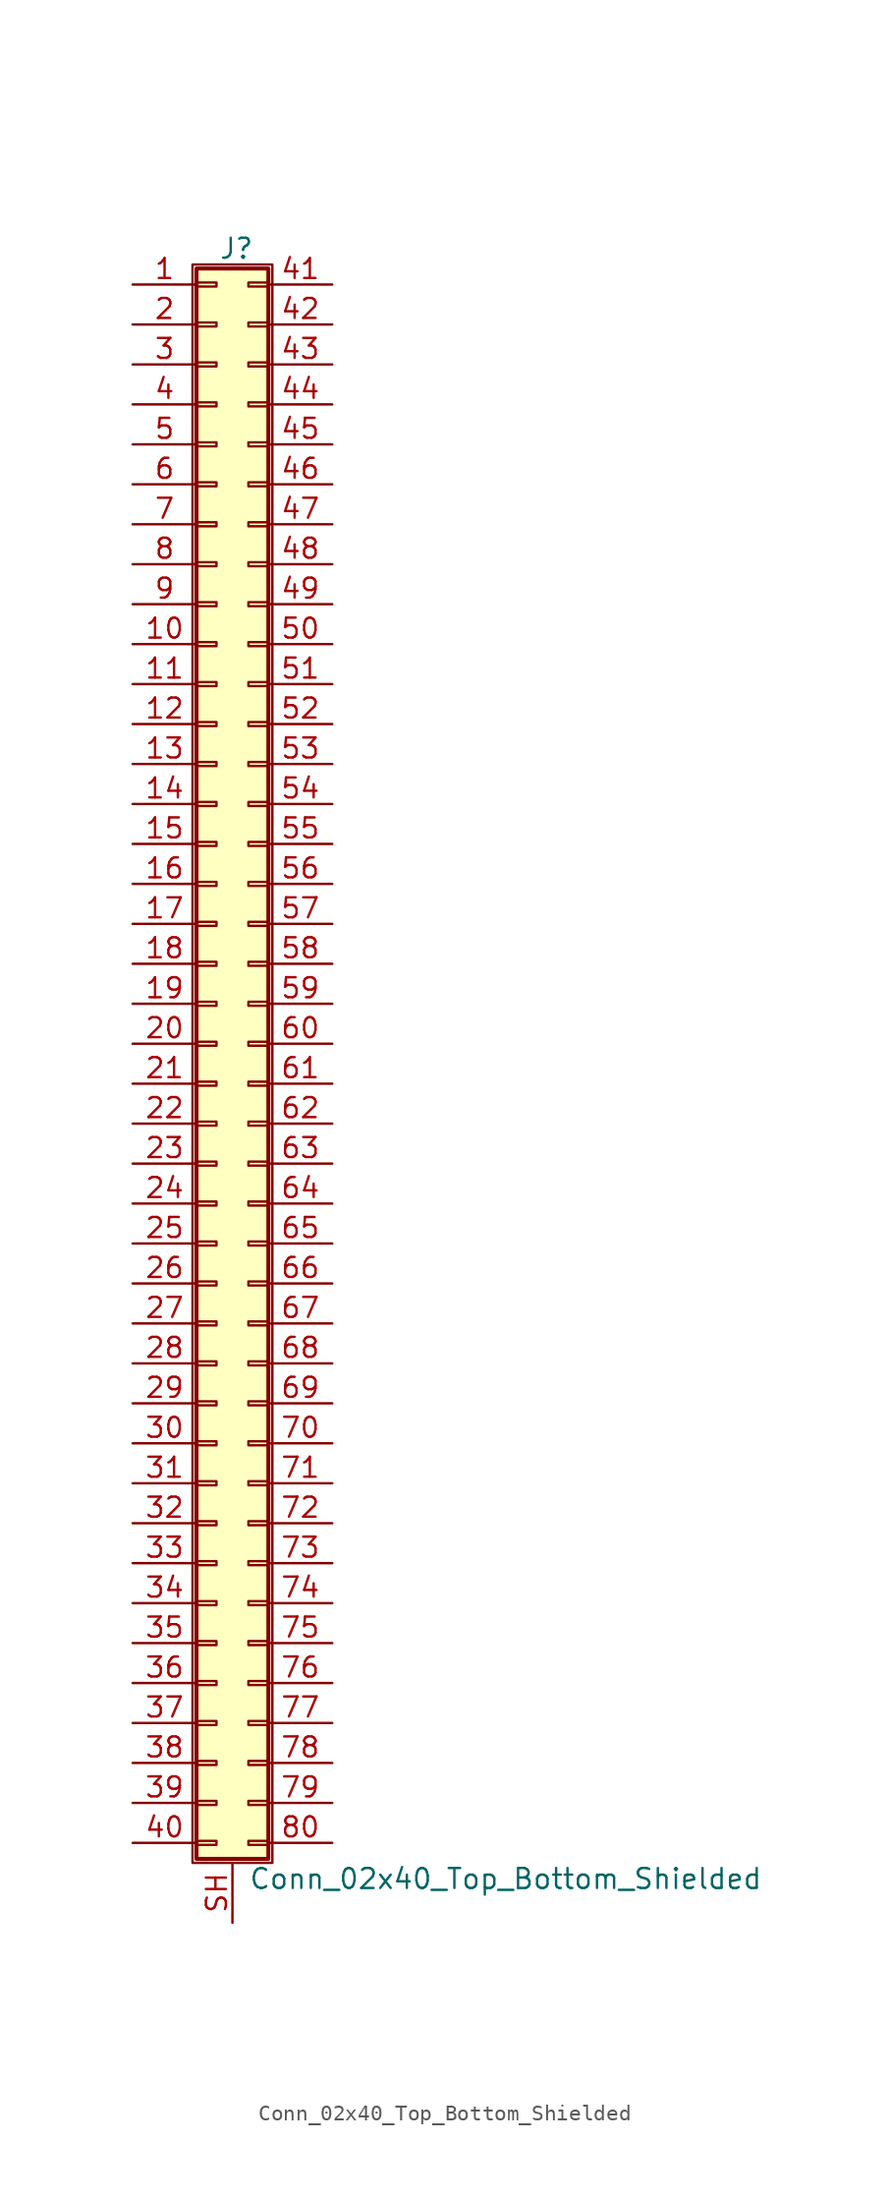
<source format=kicad_sym>
(kicad_symbol_lib
  (version 20220914)
  (generator kicad_symbol_editor)
  (symbol "Conn_02x40_Top_Bottom_Shielded"
    (pin_names
      (offset 1.016) hide)
    (property "Reference" "J"
      (at 1.524 50.546 0)
      (effects (font (size 1.27 1.27))))
    (property "Value" "Conn_02x40_Top_Bottom_Shielded"
      (at 2.286 -53.086 0)
      (effects (font (size 1.27 1.27)) (justify left)))
    (symbol "Conn_02x40_Top_Bottom_Shielded_1_1"
      (rectangle (start -1.27 49.53) (end 3.81 -52.07) (stroke (width 0.152) (type default)) (fill (type none)))
      (rectangle (start -1.016 -50.673) (end 0.254 -50.927) (stroke (width 0.152) (type default)) (fill (type none)))
      (rectangle (start -1.016 -48.133) (end 0.254 -48.387) (stroke (width 0.152) (type default)) (fill (type none)))
      (rectangle (start -1.016 -45.593) (end 0.254 -45.847) (stroke (width 0.152) (type default)) (fill (type none)))
      (rectangle (start -1.016 -43.053) (end 0.254 -43.307) (stroke (width 0.152) (type default)) (fill (type none)))
      (rectangle (start -1.016 -40.513) (end 0.254 -40.767) (stroke (width 0.152) (type default)) (fill (type none)))
      (rectangle (start -1.016 -37.973) (end 0.254 -38.227) (stroke (width 0.152) (type default)) (fill (type none)))
      (rectangle (start -1.016 -35.433) (end 0.254 -35.687) (stroke (width 0.152) (type default)) (fill (type none)))
      (rectangle (start -1.016 -32.893) (end 0.254 -33.147) (stroke (width 0.152) (type default)) (fill (type none)))
      (rectangle (start -1.016 -30.353) (end 0.254 -30.607) (stroke (width 0.152) (type default)) (fill (type none)))
      (rectangle (start -1.016 -27.813) (end 0.254 -28.067) (stroke (width 0.152) (type default)) (fill (type none)))
      (rectangle (start -1.016 -25.273) (end 0.254 -25.527) (stroke (width 0.152) (type default)) (fill (type none)))
      (rectangle (start -1.016 -22.733) (end 0.254 -22.987) (stroke (width 0.152) (type default)) (fill (type none)))
      (rectangle (start -1.016 -20.193) (end 0.254 -20.447) (stroke (width 0.152) (type default)) (fill (type none)))
      (rectangle (start -1.016 -17.653) (end 0.254 -17.907) (stroke (width 0.152) (type default)) (fill (type none)))
      (rectangle (start -1.016 -15.113) (end 0.254 -15.367) (stroke (width 0.152) (type default)) (fill (type none)))
      (rectangle (start -1.016 -12.573) (end 0.254 -12.827) (stroke (width 0.152) (type default)) (fill (type none)))
      (rectangle (start -1.016 -10.033) (end 0.254 -10.287) (stroke (width 0.152) (type default)) (fill (type none)))
      (rectangle (start -1.016 -7.493) (end 0.254 -7.747) (stroke (width 0.152) (type default)) (fill (type none)))
      (rectangle (start -1.016 -4.953) (end 0.254 -5.207) (stroke (width 0.152) (type default)) (fill (type none)))
      (rectangle (start -1.016 -2.413) (end 0.254 -2.667) (stroke (width 0.152) (type default)) (fill (type none)))
      (rectangle (start -1.016 0.127) (end 0.254 -0.127) (stroke (width 0.152) (type default)) (fill (type none)))
      (rectangle (start -1.016 2.667) (end 0.254 2.413) (stroke (width 0.152) (type default)) (fill (type none)))
      (rectangle (start -1.016 5.207) (end 0.254 4.953) (stroke (width 0.152) (type default)) (fill (type none)))
      (rectangle (start -1.016 7.747) (end 0.254 7.493) (stroke (width 0.152) (type default)) (fill (type none)))
      (rectangle (start -1.016 10.287) (end 0.254 10.033) (stroke (width 0.152) (type default)) (fill (type none)))
      (rectangle (start -1.016 12.827) (end 0.254 12.573) (stroke (width 0.152) (type default)) (fill (type none)))
      (rectangle (start -1.016 15.367) (end 0.254 15.113) (stroke (width 0.152) (type default)) (fill (type none)))
      (rectangle (start -1.016 17.907) (end 0.254 17.653) (stroke (width 0.152) (type default)) (fill (type none)))
      (rectangle (start -1.016 20.447) (end 0.254 20.193) (stroke (width 0.152) (type default)) (fill (type none)))
      (rectangle (start -1.016 22.987) (end 0.254 22.733) (stroke (width 0.152) (type default)) (fill (type none)))
      (rectangle (start -1.016 25.527) (end 0.254 25.273) (stroke (width 0.152) (type default)) (fill (type none)))
      (rectangle (start -1.016 28.067) (end 0.254 27.813) (stroke (width 0.152) (type default)) (fill (type none)))
      (rectangle (start -1.016 30.607) (end 0.254 30.353) (stroke (width 0.152) (type default)) (fill (type none)))
      (rectangle (start -1.016 33.147) (end 0.254 32.893) (stroke (width 0.152) (type default)) (fill (type none)))
      (rectangle (start -1.016 35.687) (end 0.254 35.433) (stroke (width 0.152) (type default)) (fill (type none)))
      (rectangle (start -1.016 38.227) (end 0.254 37.973) (stroke (width 0.152) (type default)) (fill (type none)))
      (rectangle (start -1.016 40.767) (end 0.254 40.513) (stroke (width 0.152) (type default)) (fill (type none)))
      (rectangle (start -1.016 43.307) (end 0.254 43.053) (stroke (width 0.152) (type default)) (fill (type none)))
      (rectangle (start -1.016 45.847) (end 0.254 45.593) (stroke (width 0.152) (type default)) (fill (type none)))
      (rectangle (start -1.016 48.387) (end 0.254 48.133) (stroke (width 0.152) (type default)) (fill (type none)))
      (rectangle (start -1.016 49.276) (end 3.556 -51.816) (stroke (width 0.254) (type default)) (fill (type background)))
      (rectangle (start 3.556 -50.673) (end 2.286 -50.927) (stroke (width 0.152) (type default)) (fill (type none)))
      (rectangle (start 3.556 -48.133) (end 2.286 -48.387) (stroke (width 0.152) (type default)) (fill (type none)))
      (rectangle (start 3.556 -45.593) (end 2.286 -45.847) (stroke (width 0.152) (type default)) (fill (type none)))
      (rectangle (start 3.556 -43.053) (end 2.286 -43.307) (stroke (width 0.152) (type default)) (fill (type none)))
      (rectangle (start 3.556 -40.513) (end 2.286 -40.767) (stroke (width 0.152) (type default)) (fill (type none)))
      (rectangle (start 3.556 -37.973) (end 2.286 -38.227) (stroke (width 0.152) (type default)) (fill (type none)))
      (rectangle (start 3.556 -35.433) (end 2.286 -35.687) (stroke (width 0.152) (type default)) (fill (type none)))
      (rectangle (start 3.556 -32.893) (end 2.286 -33.147) (stroke (width 0.152) (type default)) (fill (type none)))
      (rectangle (start 3.556 -30.353) (end 2.286 -30.607) (stroke (width 0.152) (type default)) (fill (type none)))
      (rectangle (start 3.556 -27.813) (end 2.286 -28.067) (stroke (width 0.152) (type default)) (fill (type none)))
      (rectangle (start 3.556 -25.273) (end 2.286 -25.527) (stroke (width 0.152) (type default)) (fill (type none)))
      (rectangle (start 3.556 -22.733) (end 2.286 -22.987) (stroke (width 0.152) (type default)) (fill (type none)))
      (rectangle (start 3.556 -20.193) (end 2.286 -20.447) (stroke (width 0.152) (type default)) (fill (type none)))
      (rectangle (start 3.556 -17.653) (end 2.286 -17.907) (stroke (width 0.152) (type default)) (fill (type none)))
      (rectangle (start 3.556 -15.113) (end 2.286 -15.367) (stroke (width 0.152) (type default)) (fill (type none)))
      (rectangle (start 3.556 -12.573) (end 2.286 -12.827) (stroke (width 0.152) (type default)) (fill (type none)))
      (rectangle (start 3.556 -10.033) (end 2.286 -10.287) (stroke (width 0.152) (type default)) (fill (type none)))
      (rectangle (start 3.556 -7.493) (end 2.286 -7.747) (stroke (width 0.152) (type default)) (fill (type none)))
      (rectangle (start 3.556 -4.953) (end 2.286 -5.207) (stroke (width 0.152) (type default)) (fill (type none)))
      (rectangle (start 3.556 -2.413) (end 2.286 -2.667) (stroke (width 0.152) (type default)) (fill (type none)))
      (rectangle (start 3.556 0.127) (end 2.286 -0.127) (stroke (width 0.152) (type default)) (fill (type none)))
      (rectangle (start 3.556 2.667) (end 2.286 2.413) (stroke (width 0.152) (type default)) (fill (type none)))
      (rectangle (start 3.556 5.207) (end 2.286 4.953) (stroke (width 0.152) (type default)) (fill (type none)))
      (rectangle (start 3.556 7.747) (end 2.286 7.493) (stroke (width 0.152) (type default)) (fill (type none)))
      (rectangle (start 3.556 10.287) (end 2.286 10.033) (stroke (width 0.152) (type default)) (fill (type none)))
      (rectangle (start 3.556 12.827) (end 2.286 12.573) (stroke (width 0.152) (type default)) (fill (type none)))
      (rectangle (start 3.556 15.367) (end 2.286 15.113) (stroke (width 0.152) (type default)) (fill (type none)))
      (rectangle (start 3.556 17.907) (end 2.286 17.653) (stroke (width 0.152) (type default)) (fill (type none)))
      (rectangle (start 3.556 20.447) (end 2.286 20.193) (stroke (width 0.152) (type default)) (fill (type none)))
      (rectangle (start 3.556 22.987) (end 2.286 22.733) (stroke (width 0.152) (type default)) (fill (type none)))
      (rectangle (start 3.556 25.527) (end 2.286 25.273) (stroke (width 0.152) (type default)) (fill (type none)))
      (rectangle (start 3.556 28.067) (end 2.286 27.813) (stroke (width 0.152) (type default)) (fill (type none)))
      (rectangle (start 3.556 30.607) (end 2.286 30.353) (stroke (width 0.152) (type default)) (fill (type none)))
      (rectangle (start 3.556 33.147) (end 2.286 32.893) (stroke (width 0.152) (type default)) (fill (type none)))
      (rectangle (start 3.556 35.687) (end 2.286 35.433) (stroke (width 0.152) (type default)) (fill (type none)))
      (rectangle (start 3.556 38.227) (end 2.286 37.973) (stroke (width 0.152) (type default)) (fill (type none)))
      (rectangle (start 3.556 40.767) (end 2.286 40.513) (stroke (width 0.152) (type default)) (fill (type none)))
      (rectangle (start 3.556 43.307) (end 2.286 43.053) (stroke (width 0.152) (type default)) (fill (type none)))
      (rectangle (start 3.556 45.847) (end 2.286 45.593) (stroke (width 0.152) (type default)) (fill (type none)))
      (rectangle (start 3.556 48.387) (end 2.286 48.133) (stroke (width 0.152) (type default)) (fill (type none)))
      (pin passive line (at -5.08 48.26 0) (length 4.064) (name "Pin_1" (effects (font (size 1.27 1.27)))) (number "1" (effects (font (size 1.27 1.27)))))
      (pin passive line (at -5.08 25.4 0) (length 4.064) (name "Pin_10" (effects (font (size 1.27 1.27)))) (number "10" (effects (font (size 1.27 1.27)))))
      (pin passive line (at -5.08 22.86 0) (length 4.064) (name "Pin_11" (effects (font (size 1.27 1.27)))) (number "11" (effects (font (size 1.27 1.27)))))
      (pin passive line (at -5.08 20.32 0) (length 4.064) (name "Pin_12" (effects (font (size 1.27 1.27)))) (number "12" (effects (font (size 1.27 1.27)))))
      (pin passive line (at -5.08 17.78 0) (length 4.064) (name "Pin_13" (effects (font (size 1.27 1.27)))) (number "13" (effects (font (size 1.27 1.27)))))
      (pin passive line (at -5.08 15.24 0) (length 4.064) (name "Pin_14" (effects (font (size 1.27 1.27)))) (number "14" (effects (font (size 1.27 1.27)))))
      (pin passive line (at -5.08 12.7 0) (length 4.064) (name "Pin_15" (effects (font (size 1.27 1.27)))) (number "15" (effects (font (size 1.27 1.27)))))
      (pin passive line (at -5.08 10.16 0) (length 4.064) (name "Pin_16" (effects (font (size 1.27 1.27)))) (number "16" (effects (font (size 1.27 1.27)))))
      (pin passive line (at -5.08 7.62 0) (length 4.064) (name "Pin_17" (effects (font (size 1.27 1.27)))) (number "17" (effects (font (size 1.27 1.27)))))
      (pin passive line (at -5.08 5.08 0) (length 4.064) (name "Pin_18" (effects (font (size 1.27 1.27)))) (number "18" (effects (font (size 1.27 1.27)))))
      (pin passive line (at -5.08 2.54 0) (length 4.064) (name "Pin_19" (effects (font (size 1.27 1.27)))) (number "19" (effects (font (size 1.27 1.27)))))
      (pin passive line (at -5.08 45.72 0) (length 4.064) (name "Pin_2" (effects (font (size 1.27 1.27)))) (number "2" (effects (font (size 1.27 1.27)))))
      (pin passive line (at -5.08 0 0) (length 4.064) (name "Pin_20" (effects (font (size 1.27 1.27)))) (number "20" (effects (font (size 1.27 1.27)))))
      (pin passive line (at -5.08 -2.54 0) (length 4.064) (name "Pin_21" (effects (font (size 1.27 1.27)))) (number "21" (effects (font (size 1.27 1.27)))))
      (pin passive line (at -5.08 -5.08 0) (length 4.064) (name "Pin_22" (effects (font (size 1.27 1.27)))) (number "22" (effects (font (size 1.27 1.27)))))
      (pin passive line (at -5.08 -7.62 0) (length 4.064) (name "Pin_23" (effects (font (size 1.27 1.27)))) (number "23" (effects (font (size 1.27 1.27)))))
      (pin passive line (at -5.08 -10.16 0) (length 4.064) (name "Pin_24" (effects (font (size 1.27 1.27)))) (number "24" (effects (font (size 1.27 1.27)))))
      (pin passive line (at -5.08 -12.7 0) (length 4.064) (name "Pin_25" (effects (font (size 1.27 1.27)))) (number "25" (effects (font (size 1.27 1.27)))))
      (pin passive line (at -5.08 -15.24 0) (length 4.064) (name "Pin_26" (effects (font (size 1.27 1.27)))) (number "26" (effects (font (size 1.27 1.27)))))
      (pin passive line (at -5.08 -17.78 0) (length 4.064) (name "Pin_27" (effects (font (size 1.27 1.27)))) (number "27" (effects (font (size 1.27 1.27)))))
      (pin passive line (at -5.08 -20.32 0) (length 4.064) (name "Pin_28" (effects (font (size 1.27 1.27)))) (number "28" (effects (font (size 1.27 1.27)))))
      (pin passive line (at -5.08 -22.86 0) (length 4.064) (name "Pin_29" (effects (font (size 1.27 1.27)))) (number "29" (effects (font (size 1.27 1.27)))))
      (pin passive line (at -5.08 43.18 0) (length 4.064) (name "Pin_3" (effects (font (size 1.27 1.27)))) (number "3" (effects (font (size 1.27 1.27)))))
      (pin passive line (at -5.08 -25.4 0) (length 4.064) (name "Pin_30" (effects (font (size 1.27 1.27)))) (number "30" (effects (font (size 1.27 1.27)))))
      (pin passive line (at -5.08 -27.94 0) (length 4.064) (name "Pin_31" (effects (font (size 1.27 1.27)))) (number "31" (effects (font (size 1.27 1.27)))))
      (pin passive line (at -5.08 -30.48 0) (length 4.064) (name "Pin_32" (effects (font (size 1.27 1.27)))) (number "32" (effects (font (size 1.27 1.27)))))
      (pin passive line (at -5.08 -33.02 0) (length 4.064) (name "Pin_33" (effects (font (size 1.27 1.27)))) (number "33" (effects (font (size 1.27 1.27)))))
      (pin passive line (at -5.08 -35.56 0) (length 4.064) (name "Pin_34" (effects (font (size 1.27 1.27)))) (number "34" (effects (font (size 1.27 1.27)))))
      (pin passive line (at -5.08 -38.1 0) (length 4.064) (name "Pin_35" (effects (font (size 1.27 1.27)))) (number "35" (effects (font (size 1.27 1.27)))))
      (pin passive line (at -5.08 -40.64 0) (length 4.064) (name "Pin_36" (effects (font (size 1.27 1.27)))) (number "36" (effects (font (size 1.27 1.27)))))
      (pin passive line (at -5.08 -43.18 0) (length 4.064) (name "Pin_37" (effects (font (size 1.27 1.27)))) (number "37" (effects (font (size 1.27 1.27)))))
      (pin passive line (at -5.08 -45.72 0) (length 4.064) (name "Pin_38" (effects (font (size 1.27 1.27)))) (number "38" (effects (font (size 1.27 1.27)))))
      (pin passive line (at -5.08 -48.26 0) (length 4.064) (name "Pin_39" (effects (font (size 1.27 1.27)))) (number "39" (effects (font (size 1.27 1.27)))))
      (pin passive line (at -5.08 40.64 0) (length 4.064) (name "Pin_4" (effects (font (size 1.27 1.27)))) (number "4" (effects (font (size 1.27 1.27)))))
      (pin passive line (at -5.08 -50.8 0) (length 4.064) (name "Pin_40" (effects (font (size 1.27 1.27)))) (number "40" (effects (font (size 1.27 1.27)))))
      (pin passive line (at 7.62 48.26 180) (length 4.064) (name "Pin_41" (effects (font (size 1.27 1.27)))) (number "41" (effects (font (size 1.27 1.27)))))
      (pin passive line (at 7.62 45.72 180) (length 4.064) (name "Pin_42" (effects (font (size 1.27 1.27)))) (number "42" (effects (font (size 1.27 1.27)))))
      (pin passive line (at 7.62 43.18 180) (length 4.064) (name "Pin_43" (effects (font (size 1.27 1.27)))) (number "43" (effects (font (size 1.27 1.27)))))
      (pin passive line (at 7.62 40.64 180) (length 4.064) (name "Pin_44" (effects (font (size 1.27 1.27)))) (number "44" (effects (font (size 1.27 1.27)))))
      (pin passive line (at 7.62 38.1 180) (length 4.064) (name "Pin_45" (effects (font (size 1.27 1.27)))) (number "45" (effects (font (size 1.27 1.27)))))
      (pin passive line (at 7.62 35.56 180) (length 4.064) (name "Pin_46" (effects (font (size 1.27 1.27)))) (number "46" (effects (font (size 1.27 1.27)))))
      (pin passive line (at 7.62 33.02 180) (length 4.064) (name "Pin_47" (effects (font (size 1.27 1.27)))) (number "47" (effects (font (size 1.27 1.27)))))
      (pin passive line (at 7.62 30.48 180) (length 4.064) (name "Pin_48" (effects (font (size 1.27 1.27)))) (number "48" (effects (font (size 1.27 1.27)))))
      (pin passive line (at 7.62 27.94 180) (length 4.064) (name "Pin_49" (effects (font (size 1.27 1.27)))) (number "49" (effects (font (size 1.27 1.27)))))
      (pin passive line (at -5.08 38.1 0) (length 4.064) (name "Pin_5" (effects (font (size 1.27 1.27)))) (number "5" (effects (font (size 1.27 1.27)))))
      (pin passive line (at 7.62 25.4 180) (length 4.064) (name "Pin_50" (effects (font (size 1.27 1.27)))) (number "50" (effects (font (size 1.27 1.27)))))
      (pin passive line (at 7.62 22.86 180) (length 4.064) (name "Pin_51" (effects (font (size 1.27 1.27)))) (number "51" (effects (font (size 1.27 1.27)))))
      (pin passive line (at 7.62 20.32 180) (length 4.064) (name "Pin_52" (effects (font (size 1.27 1.27)))) (number "52" (effects (font (size 1.27 1.27)))))
      (pin passive line (at 7.62 17.78 180) (length 4.064) (name "Pin_53" (effects (font (size 1.27 1.27)))) (number "53" (effects (font (size 1.27 1.27)))))
      (pin passive line (at 7.62 15.24 180) (length 4.064) (name "Pin_54" (effects (font (size 1.27 1.27)))) (number "54" (effects (font (size 1.27 1.27)))))
      (pin passive line (at 7.62 12.7 180) (length 4.064) (name "Pin_55" (effects (font (size 1.27 1.27)))) (number "55" (effects (font (size 1.27 1.27)))))
      (pin passive line (at 7.62 10.16 180) (length 4.064) (name "Pin_56" (effects (font (size 1.27 1.27)))) (number "56" (effects (font (size 1.27 1.27)))))
      (pin passive line (at 7.62 7.62 180) (length 4.064) (name "Pin_57" (effects (font (size 1.27 1.27)))) (number "57" (effects (font (size 1.27 1.27)))))
      (pin passive line (at 7.62 5.08 180) (length 4.064) (name "Pin_58" (effects (font (size 1.27 1.27)))) (number "58" (effects (font (size 1.27 1.27)))))
      (pin passive line (at 7.62 2.54 180) (length 4.064) (name "Pin_59" (effects (font (size 1.27 1.27)))) (number "59" (effects (font (size 1.27 1.27)))))
      (pin passive line (at -5.08 35.56 0) (length 4.064) (name "Pin_6" (effects (font (size 1.27 1.27)))) (number "6" (effects (font (size 1.27 1.27)))))
      (pin passive line (at 7.62 0 180) (length 4.064) (name "Pin_60" (effects (font (size 1.27 1.27)))) (number "60" (effects (font (size 1.27 1.27)))))
      (pin passive line (at 7.62 -2.54 180) (length 4.064) (name "Pin_61" (effects (font (size 1.27 1.27)))) (number "61" (effects (font (size 1.27 1.27)))))
      (pin passive line (at 7.62 -5.08 180) (length 4.064) (name "Pin_62" (effects (font (size 1.27 1.27)))) (number "62" (effects (font (size 1.27 1.27)))))
      (pin passive line (at 7.62 -7.62 180) (length 4.064) (name "Pin_63" (effects (font (size 1.27 1.27)))) (number "63" (effects (font (size 1.27 1.27)))))
      (pin passive line (at 7.62 -10.16 180) (length 4.064) (name "Pin_64" (effects (font (size 1.27 1.27)))) (number "64" (effects (font (size 1.27 1.27)))))
      (pin passive line (at 7.62 -12.7 180) (length 4.064) (name "Pin_65" (effects (font (size 1.27 1.27)))) (number "65" (effects (font (size 1.27 1.27)))))
      (pin passive line (at 7.62 -15.24 180) (length 4.064) (name "Pin_66" (effects (font (size 1.27 1.27)))) (number "66" (effects (font (size 1.27 1.27)))))
      (pin passive line (at 7.62 -17.78 180) (length 4.064) (name "Pin_67" (effects (font (size 1.27 1.27)))) (number "67" (effects (font (size 1.27 1.27)))))
      (pin passive line (at 7.62 -20.32 180) (length 4.064) (name "Pin_68" (effects (font (size 1.27 1.27)))) (number "68" (effects (font (size 1.27 1.27)))))
      (pin passive line (at 7.62 -22.86 180) (length 4.064) (name "Pin_69" (effects (font (size 1.27 1.27)))) (number "69" (effects (font (size 1.27 1.27)))))
      (pin passive line (at -5.08 33.02 0) (length 4.064) (name "Pin_7" (effects (font (size 1.27 1.27)))) (number "7" (effects (font (size 1.27 1.27)))))
      (pin passive line (at 7.62 -25.4 180) (length 4.064) (name "Pin_70" (effects (font (size 1.27 1.27)))) (number "70" (effects (font (size 1.27 1.27)))))
      (pin passive line (at 7.62 -27.94 180) (length 4.064) (name "Pin_71" (effects (font (size 1.27 1.27)))) (number "71" (effects (font (size 1.27 1.27)))))
      (pin passive line (at 7.62 -30.48 180) (length 4.064) (name "Pin_72" (effects (font (size 1.27 1.27)))) (number "72" (effects (font (size 1.27 1.27)))))
      (pin passive line (at 7.62 -33.02 180) (length 4.064) (name "Pin_73" (effects (font (size 1.27 1.27)))) (number "73" (effects (font (size 1.27 1.27)))))
      (pin passive line (at 7.62 -35.56 180) (length 4.064) (name "Pin_74" (effects (font (size 1.27 1.27)))) (number "74" (effects (font (size 1.27 1.27)))))
      (pin passive line (at 7.62 -38.1 180) (length 4.064) (name "Pin_75" (effects (font (size 1.27 1.27)))) (number "75" (effects (font (size 1.27 1.27)))))
      (pin passive line (at 7.62 -40.64 180) (length 4.064) (name "Pin_76" (effects (font (size 1.27 1.27)))) (number "76" (effects (font (size 1.27 1.27)))))
      (pin passive line (at 7.62 -43.18 180) (length 4.064) (name "Pin_77" (effects (font (size 1.27 1.27)))) (number "77" (effects (font (size 1.27 1.27)))))
      (pin passive line (at 7.62 -45.72 180) (length 4.064) (name "Pin_78" (effects (font (size 1.27 1.27)))) (number "78" (effects (font (size 1.27 1.27)))))
      (pin passive line (at 7.62 -48.26 180) (length 4.064) (name "Pin_79" (effects (font (size 1.27 1.27)))) (number "79" (effects (font (size 1.27 1.27)))))
      (pin passive line (at -5.08 30.48 0) (length 4.064) (name "Pin_8" (effects (font (size 1.27 1.27)))) (number "8" (effects (font (size 1.27 1.27)))))
      (pin passive line (at 7.62 -50.8 180) (length 4.064) (name "Pin_80" (effects (font (size 1.27 1.27)))) (number "80" (effects (font (size 1.27 1.27)))))
      (pin passive line (at -5.08 27.94 0) (length 4.064) (name "Pin_9" (effects (font (size 1.27 1.27)))) (number "9" (effects (font (size 1.27 1.27)))))
      (pin passive line (at 1.27 -55.88 90) (length 3.81) (name "Shield" (effects (font (size 1.27 1.27)))) (number "SH" (effects (font (size 1.27 1.27))))))))
</source>
